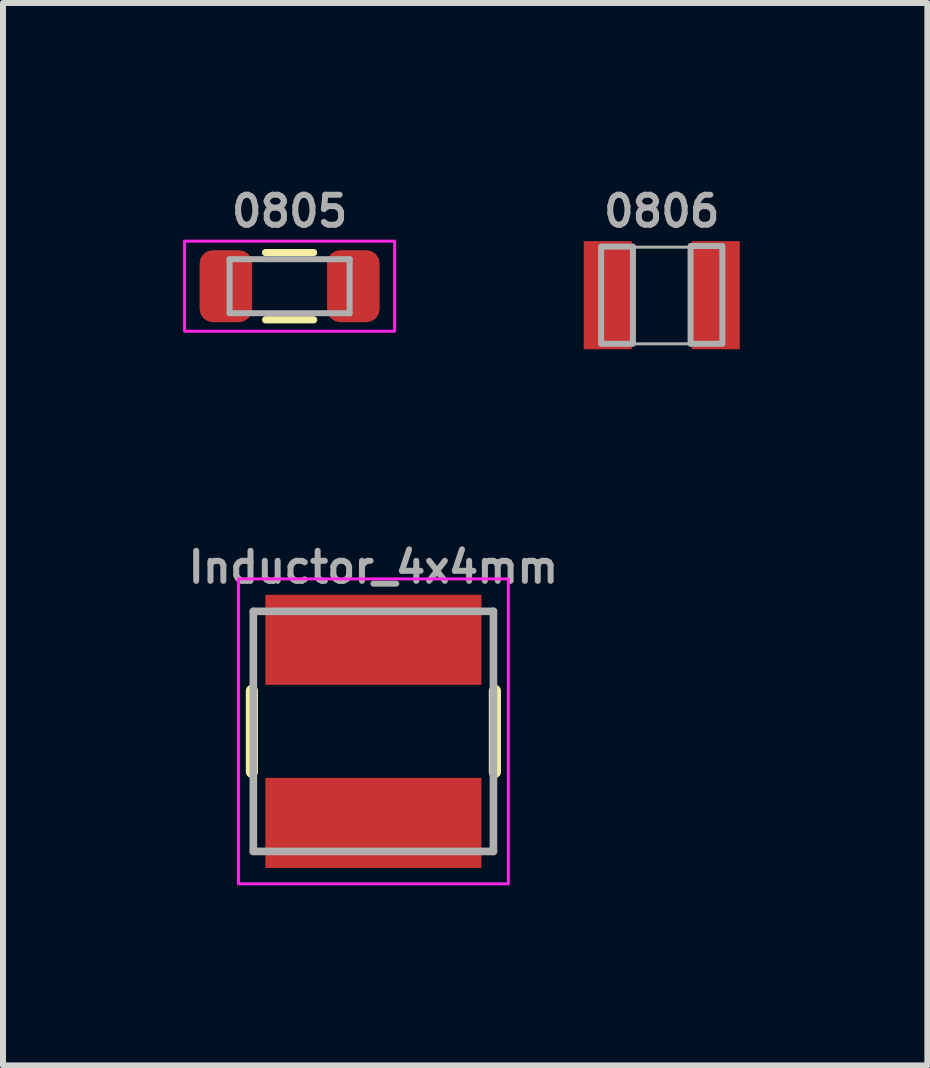
<source format=kicad_pcb>
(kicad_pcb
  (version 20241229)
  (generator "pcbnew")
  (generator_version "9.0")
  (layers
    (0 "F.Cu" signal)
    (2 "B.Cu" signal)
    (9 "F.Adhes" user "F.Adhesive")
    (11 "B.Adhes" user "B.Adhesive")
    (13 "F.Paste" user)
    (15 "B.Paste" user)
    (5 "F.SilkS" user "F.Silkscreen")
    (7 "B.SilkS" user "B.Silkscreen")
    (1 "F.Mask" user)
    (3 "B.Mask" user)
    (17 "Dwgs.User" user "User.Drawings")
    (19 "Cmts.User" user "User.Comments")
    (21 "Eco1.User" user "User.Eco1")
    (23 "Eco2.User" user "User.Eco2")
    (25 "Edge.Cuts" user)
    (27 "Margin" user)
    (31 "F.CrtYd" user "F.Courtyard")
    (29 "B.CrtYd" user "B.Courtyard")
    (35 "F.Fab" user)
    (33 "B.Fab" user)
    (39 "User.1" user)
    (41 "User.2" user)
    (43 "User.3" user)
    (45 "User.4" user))
  (footprint "Inductor_4x4mm"
    (layer "F.Cu")
    (at 3.171 9.135)
    (property "Reference" "Inductor_4x4mm" (at 0 -2.442 0) (layer "F.Fab") (effects (font (size 0.5 0.5) (thickness 0.1) (bold yes)) (justify bottom)))
    (attr smd)
    (fp_line (start -2.024 -0.675) (end -2.024 0.675) (stroke (width 0.203) (type solid)) (layer "F.SilkS"))
    (fp_line (start 2.024 -0.675) (end 2.024 0.675) (stroke (width 0.203) (type solid)) (layer "F.SilkS"))
    (fp_rect (start 2.248 -2.54) (end -2.248 2.54) (stroke (width 0.05) (type default)) (fill no) (layer "F.CrtYd"))
    (fp_line (start -2 -2) (end -2 2) (stroke (width 0.127) (type solid)) (layer "F.Fab"))
    (fp_line (start -2 2) (end 2 2) (stroke (width 0.127) (type solid)) (layer "F.Fab"))
    (fp_line (start 2 -2) (end -2 -2) (stroke (width 0.127) (type solid)) (layer "F.Fab"))
    (fp_line (start 2 2) (end 2 -2) (stroke (width 0.127) (type solid)) (layer "F.Fab"))
    (pad "1" smd rect (at 0 -1.525) (size 3.6 1.5) (layers "F.Cu" "F.Mask" "F.Paste"))
    (pad "2" smd rect (at 0 1.525) (size 3.6 1.5) (layers "F.Cu" "F.Mask" "F.Paste")))
  (footprint "0805"
    (layer "F.Cu")
    (at 1.775 1.718)
    (property "Reference" "0805" (at 0 -1.25 0) (layer "F.Fab") (effects (font (size 0.5 0.5) (thickness 0.1))))
    (attr smd)
    (fp_line (start -0.4 -0.56) (end 0.4 -0.56) (stroke (width 0.12) (type solid)) (layer "F.SilkS"))
    (fp_line (start -0.4 0.56) (end 0.4 0.56) (stroke (width 0.12) (type solid)) (layer "F.SilkS"))
    (fp_rect (start -1.75 -0.75) (end 1.75 0.75) (stroke (width 0.05) (type default)) (fill no) (layer "F.CrtYd"))
    (fp_line (start -1 -0.45) (end 1 -0.45) (stroke (width 0.1) (type solid)) (layer "F.Fab"))
    (fp_line (start -1 0.45) (end -1 -0.45) (stroke (width 0.1) (type solid)) (layer "F.Fab"))
    (fp_line (start 1 -0.45) (end 1 0.45) (stroke (width 0.1) (type solid)) (layer "F.Fab"))
    (fp_line (start 1 0.45) (end -1 0.45) (stroke (width 0.1) (type solid)) (layer "F.Fab"))
    (pad "1" smd roundrect (at -1.062 0) (size 0.875 1.2) (layers "F.Cu" "F.Mask" "F.Paste") (roundrect_rratio 0.25))
    (pad "2" smd roundrect (at 1.062 0) (size 0.875 1.2) (layers "F.Cu" "F.Mask" "F.Paste") (roundrect_rratio 0.25)))
  (footprint "0806"
    (layer "F.Cu")
    (at 7.975 1.868)
    (property "Reference" "0806" (at 0 -1.4 0) (layer "F.Fab") (effects (font (size 0.5 0.5) (thickness 0.1))))
    (attr smd)
    (fp_rect (start -1.4 -1) (end 1.4 1) (stroke (width 0.05) (type default)) (fill no) (layer "Margin"))
    (fp_rect (start -1.01 -0.8) (end 1 0.81) (stroke (width 0.05) (type default)) (fill no) (layer "F.Fab"))
    (fp_poly (pts (xy -1.01 0.81) (xy -0.48 0.81) (xy -0.48 -0.81) (xy -1.01 -0.81)) (stroke (width 0.1) (type default)) (fill no) (layer "F.Fab"))
    (fp_poly (pts (xy 0.48 0.81) (xy 1.01 0.81) (xy 1.01 -0.82) (xy 0.48 -0.82)) (stroke (width 0.1) (type default)) (fill no) (layer "F.Fab"))
    (pad "1" smd rect (at -0.9 0 90) (size 1.8 0.8) (layers "F.Cu" "F.Mask" "F.Paste"))
    (pad "2" smd rect (at 0.9 0 90) (size 1.8 0.8) (layers "F.Cu" "F.Mask" "F.Paste")))
  (gr_rect
    (start -3 -3)
    (end 12.4 14.7)
    (stroke (width 0.1) (type default))
    (fill no)
    (layer "Edge.Cuts")))
</source>
